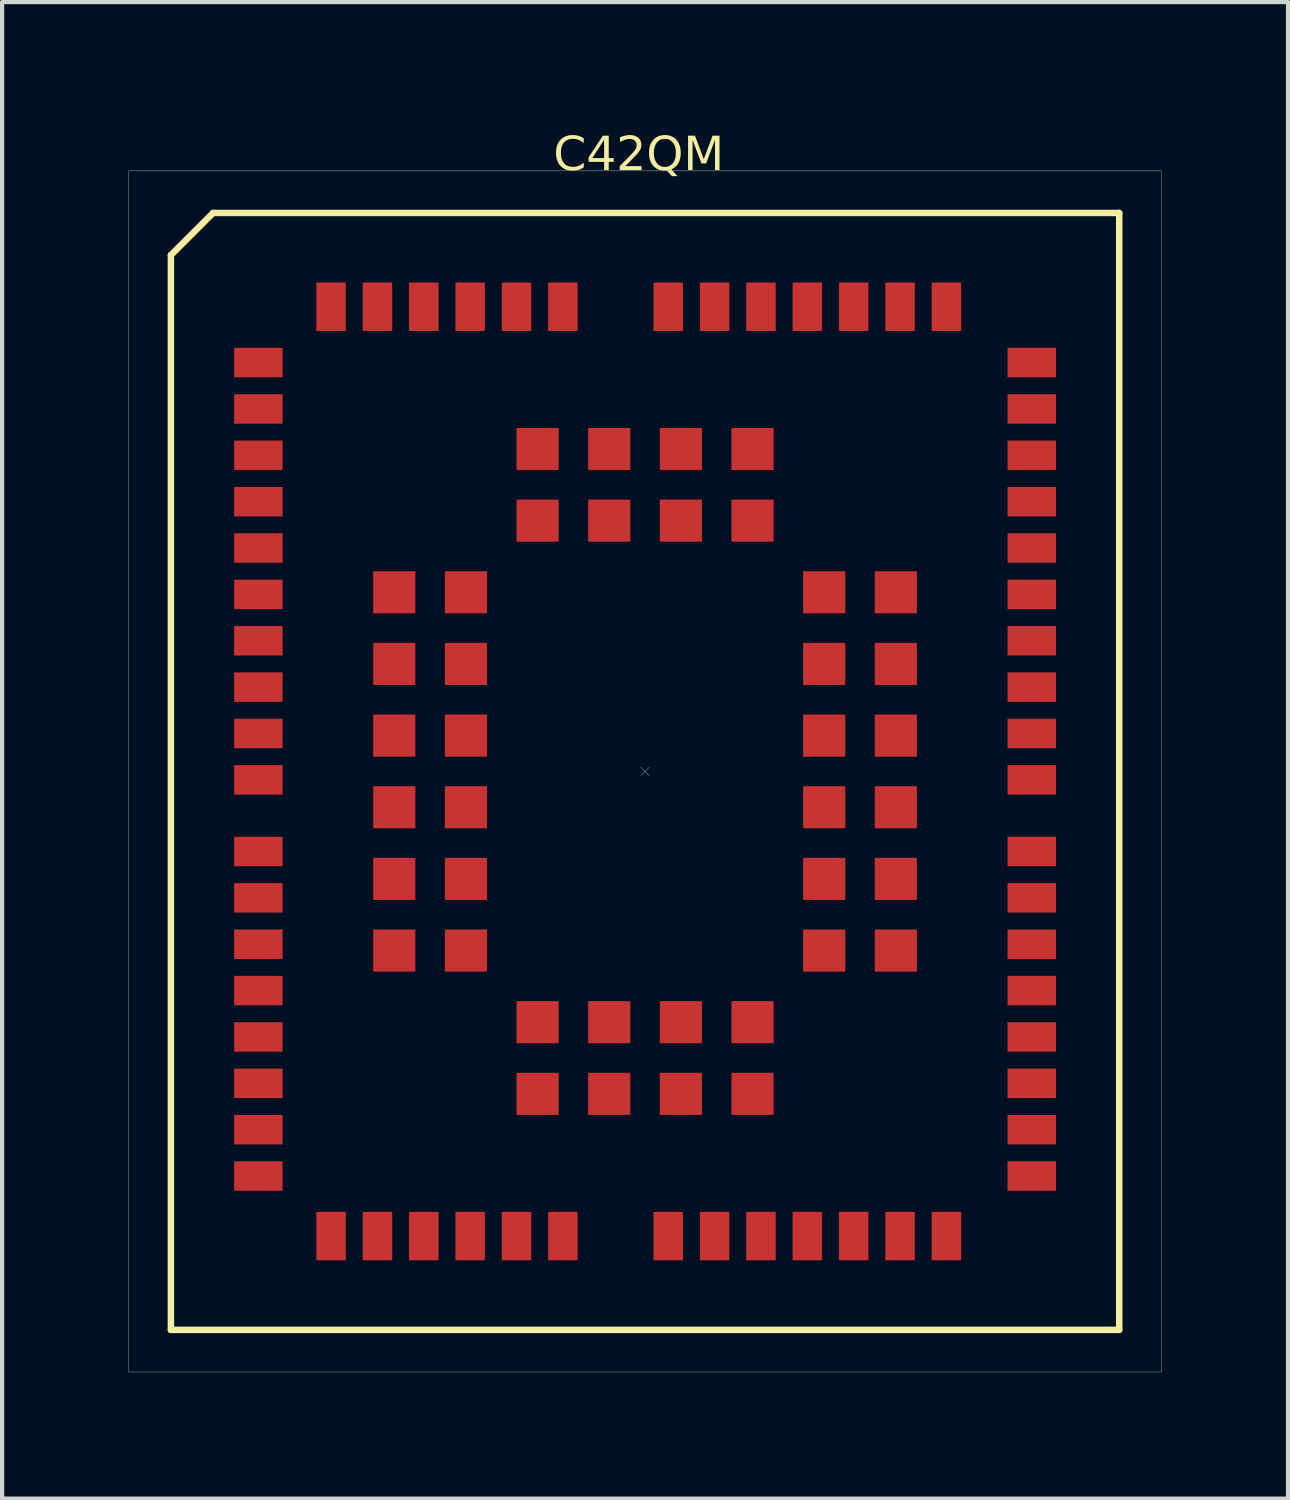
<source format=kicad_pcb>
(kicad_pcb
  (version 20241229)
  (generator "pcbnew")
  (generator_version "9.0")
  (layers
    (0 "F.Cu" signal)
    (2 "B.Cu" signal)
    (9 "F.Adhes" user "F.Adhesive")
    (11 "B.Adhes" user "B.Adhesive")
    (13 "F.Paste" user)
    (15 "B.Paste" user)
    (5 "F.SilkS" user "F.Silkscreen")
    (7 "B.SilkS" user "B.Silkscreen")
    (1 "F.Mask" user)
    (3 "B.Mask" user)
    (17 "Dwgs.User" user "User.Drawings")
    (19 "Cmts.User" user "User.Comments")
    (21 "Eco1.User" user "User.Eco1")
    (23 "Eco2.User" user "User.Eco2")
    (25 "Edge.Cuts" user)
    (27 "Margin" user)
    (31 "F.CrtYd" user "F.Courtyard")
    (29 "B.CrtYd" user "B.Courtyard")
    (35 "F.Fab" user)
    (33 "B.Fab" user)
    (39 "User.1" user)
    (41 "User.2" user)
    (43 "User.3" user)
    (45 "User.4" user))
  (footprint "C42QM"
    (layer "F.Cu")
    (at 12.255 15.253)
    (property "Reference" "C42QM" (at -0.15 -14.6 0) (layer "F.SilkS") (effects (font (face "Arial") (size 0.8 0.8) (thickness 0.15))))
    (fp_line (start -11.25 -12.25) (end -10.25 -13.25) (stroke (width 0.154) (type solid)) (layer "F.SilkS"))
    (fp_line (start -11.25 13.25) (end -11.25 -12.25) (stroke (width 0.154) (type solid)) (layer "F.SilkS"))
    (fp_line (start -11.25 13.25) (end 11.25 13.25) (stroke (width 0.154) (type solid)) (layer "F.SilkS"))
    (fp_line (start -10.25 -13.25) (end 11.25 -13.25) (stroke (width 0.154) (type solid)) (layer "F.SilkS"))
    (fp_line (start 11.25 13.25) (end 11.25 -13.25) (stroke (width 0.154) (type solid)) (layer "F.SilkS"))
    (fp_line (start -0.1 -0.1) (end 0.1 0.1) (stroke (width 0.01) (type default)) (layer "F.Fab"))
    (fp_line (start 0.1 -0.1) (end -0.1 0.1) (stroke (width 0.01) (type default)) (layer "F.Fab"))
    (fp_rect (start -12.25 -14.25) (end 12.25 14.25) (stroke (width 0.01) (type default)) (fill no) (layer "F.Fab"))
    (pad "1" smd rect (at -9.175 -9.7) (size 1.15 0.7) (layers "F.Cu" "F.Mask" "F.Paste"))
    (pad "2" smd rect (at -9.175 -8.6) (size 1.15 0.7) (layers "F.Cu" "F.Mask" "F.Paste"))
    (pad "3" smd rect (at -9.175 -7.5) (size 1.15 0.7) (layers "F.Cu" "F.Mask" "F.Paste"))
    (pad "4" smd rect (at -9.175 -6.4) (size 1.15 0.7) (layers "F.Cu" "F.Mask" "F.Paste"))
    (pad "5" smd rect (at -9.175 -5.3) (size 1.15 0.7) (layers "F.Cu" "F.Mask" "F.Paste"))
    (pad "6" smd rect (at -9.175 -4.2) (size 1.15 0.7) (layers "F.Cu" "F.Mask" "F.Paste"))
    (pad "7" smd rect (at -9.175 -3.1) (size 1.15 0.7) (layers "F.Cu" "F.Mask" "F.Paste"))
    (pad "8" smd rect (at -9.175 -2) (size 1.15 0.7) (layers "F.Cu" "F.Mask" "F.Paste"))
    (pad "9" smd rect (at -9.175 -0.9) (size 1.15 0.7) (layers "F.Cu" "F.Mask" "F.Paste"))
    (pad "10" smd rect (at -9.175 0.2) (size 1.15 0.7) (layers "F.Cu" "F.Mask" "F.Paste"))
    (pad "11" smd rect (at -9.175 1.9) (size 1.15 0.7) (layers "F.Cu" "F.Mask" "F.Paste"))
    (pad "12" smd rect (at -9.175 3) (size 1.15 0.7) (layers "F.Cu" "F.Mask" "F.Paste"))
    (pad "13" smd rect (at -9.175 4.1) (size 1.15 0.7) (layers "F.Cu" "F.Mask" "F.Paste"))
    (pad "14" smd rect (at -9.175 5.2) (size 1.15 0.7) (layers "F.Cu" "F.Mask" "F.Paste"))
    (pad "15" smd rect (at -9.175 6.3) (size 1.15 0.7) (layers "F.Cu" "F.Mask" "F.Paste"))
    (pad "16" smd rect (at -9.175 7.4) (size 1.15 0.7) (layers "F.Cu" "F.Mask" "F.Paste"))
    (pad "17" smd rect (at -9.175 8.5) (size 1.15 0.7) (layers "F.Cu" "F.Mask" "F.Paste"))
    (pad "18" smd rect (at -9.175 9.6) (size 1.15 0.7) (layers "F.Cu" "F.Mask" "F.Paste"))
    (pad "19" smd rect (at -7.45 11.025 90) (size 1.15 0.7) (layers "F.Cu" "F.Mask" "F.Paste"))
    (pad "20" smd rect (at -6.35 11.025 90) (size 1.15 0.7) (layers "F.Cu" "F.Mask" "F.Paste"))
    (pad "21" smd rect (at -5.25 11.025 90) (size 1.15 0.7) (layers "F.Cu" "F.Mask" "F.Paste"))
    (pad "22" smd rect (at -4.15 11.025 90) (size 1.15 0.7) (layers "F.Cu" "F.Mask" "F.Paste"))
    (pad "23" smd rect (at -3.05 11.025 90) (size 1.15 0.7) (layers "F.Cu" "F.Mask" "F.Paste"))
    (pad "24" smd rect (at -1.95 11.025 90) (size 1.15 0.7) (layers "F.Cu" "F.Mask" "F.Paste"))
    (pad "25" smd rect (at 0.55 11.025 90) (size 1.15 0.7) (layers "F.Cu" "F.Mask" "F.Paste"))
    (pad "26" smd rect (at 1.65 11.025 90) (size 1.15 0.7) (layers "F.Cu" "F.Mask" "F.Paste"))
    (pad "27" smd rect (at 2.75 11.025 90) (size 1.15 0.7) (layers "F.Cu" "F.Mask" "F.Paste"))
    (pad "28" smd rect (at 3.85 11.025 90) (size 1.15 0.7) (layers "F.Cu" "F.Mask" "F.Paste"))
    (pad "29" smd rect (at 4.95 11.025 90) (size 1.15 0.7) (layers "F.Cu" "F.Mask" "F.Paste"))
    (pad "30" smd rect (at 6.05 11.025 90) (size 1.15 0.7) (layers "F.Cu" "F.Mask" "F.Paste"))
    (pad "31" smd rect (at 7.15 11.025 90) (size 1.15 0.7) (layers "F.Cu" "F.Mask" "F.Paste"))
    (pad "32" smd rect (at 9.175 9.6) (size 1.15 0.7) (layers "F.Cu" "F.Mask" "F.Paste"))
    (pad "33" smd rect (at 9.175 8.5) (size 1.15 0.7) (layers "F.Cu" "F.Mask" "F.Paste"))
    (pad "34" smd rect (at 9.175 7.4) (size 1.15 0.7) (layers "F.Cu" "F.Mask" "F.Paste"))
    (pad "35" smd rect (at 9.175 6.3) (size 1.15 0.7) (layers "F.Cu" "F.Mask" "F.Paste"))
    (pad "36" smd rect (at 9.175 5.2) (size 1.15 0.7) (layers "F.Cu" "F.Mask" "F.Paste"))
    (pad "37" smd rect (at 9.175 4.1) (size 1.15 0.7) (layers "F.Cu" "F.Mask" "F.Paste"))
    (pad "38" smd rect (at 9.175 3) (size 1.15 0.7) (layers "F.Cu" "F.Mask" "F.Paste"))
    (pad "39" smd rect (at 9.175 1.9) (size 1.15 0.7) (layers "F.Cu" "F.Mask" "F.Paste"))
    (pad "40" smd rect (at 9.175 0.2) (size 1.15 0.7) (layers "F.Cu" "F.Mask" "F.Paste"))
    (pad "41" smd rect (at 9.175 -0.9) (size 1.15 0.7) (layers "F.Cu" "F.Mask" "F.Paste"))
    (pad "42" smd rect (at 9.175 -2) (size 1.15 0.7) (layers "F.Cu" "F.Mask" "F.Paste"))
    (pad "43" smd rect (at 9.175 -3.1) (size 1.15 0.7) (layers "F.Cu" "F.Mask" "F.Paste"))
    (pad "44" smd rect (at 9.175 -4.2) (size 1.15 0.7) (layers "F.Cu" "F.Mask" "F.Paste"))
    (pad "45" smd rect (at 9.175 -5.3) (size 1.15 0.7) (layers "F.Cu" "F.Mask" "F.Paste"))
    (pad "46" smd rect (at 9.175 -6.4) (size 1.15 0.7) (layers "F.Cu" "F.Mask" "F.Paste"))
    (pad "47" smd rect (at 9.175 -7.5) (size 1.15 0.7) (layers "F.Cu" "F.Mask" "F.Paste"))
    (pad "48" smd rect (at 9.175 -8.6) (size 1.15 0.7) (layers "F.Cu" "F.Mask" "F.Paste"))
    (pad "49" smd rect (at 9.175 -9.7) (size 1.15 0.7) (layers "F.Cu" "F.Mask" "F.Paste"))
    (pad "50" smd rect (at 7.15 -11.025 90) (size 1.15 0.7) (layers "F.Cu" "F.Mask" "F.Paste"))
    (pad "51" smd rect (at 6.05 -11.025 90) (size 1.15 0.7) (layers "F.Cu" "F.Mask" "F.Paste"))
    (pad "52" smd rect (at 4.95 -11.025 90) (size 1.15 0.7) (layers "F.Cu" "F.Mask" "F.Paste"))
    (pad "53" smd rect (at 3.85 -11.025 90) (size 1.15 0.7) (layers "F.Cu" "F.Mask" "F.Paste"))
    (pad "54" smd rect (at 2.75 -11.025 90) (size 1.15 0.7) (layers "F.Cu" "F.Mask" "F.Paste"))
    (pad "55" smd rect (at 1.65 -11.025 90) (size 1.15 0.7) (layers "F.Cu" "F.Mask" "F.Paste"))
    (pad "56" smd rect (at 0.55 -11.025 90) (size 1.15 0.7) (layers "F.Cu" "F.Mask" "F.Paste"))
    (pad "57" smd rect (at -1.95 -11.025 90) (size 1.15 0.7) (layers "F.Cu" "F.Mask" "F.Paste"))
    (pad "58" smd rect (at -3.05 -11.025 90) (size 1.15 0.7) (layers "F.Cu" "F.Mask" "F.Paste"))
    (pad "59" smd rect (at -4.15 -11.025 90) (size 1.15 0.7) (layers "F.Cu" "F.Mask" "F.Paste"))
    (pad "60" smd rect (at -5.25 -11.025 90) (size 1.15 0.7) (layers "F.Cu" "F.Mask" "F.Paste"))
    (pad "61" smd rect (at -6.35 -11.025 90) (size 1.15 0.7) (layers "F.Cu" "F.Mask" "F.Paste"))
    (pad "62" smd rect (at -7.45 -11.025 90) (size 1.15 0.7) (layers "F.Cu" "F.Mask" "F.Paste"))
    (pad "63" smd rect (at -5.95 -4.25) (size 1 1) (layers "F.Cu" "F.Mask" "F.Paste"))
    (pad "64" smd rect (at -5.95 -2.55) (size 1 1) (layers "F.Cu" "F.Mask" "F.Paste"))
    (pad "65" smd rect (at -5.95 -0.85) (size 1 1) (layers "F.Cu" "F.Mask" "F.Paste"))
    (pad "66" smd rect (at -5.95 0.85) (size 1 1) (layers "F.Cu" "F.Mask" "F.Paste"))
    (pad "67" smd rect (at -5.95 2.55) (size 1 1) (layers "F.Cu" "F.Mask" "F.Paste"))
    (pad "68" smd rect (at -5.95 4.25) (size 1 1) (layers "F.Cu" "F.Mask" "F.Paste"))
    (pad "69" smd rect (at -2.55 7.65) (size 1 1) (layers "F.Cu" "F.Mask" "F.Paste"))
    (pad "70" smd rect (at -0.85 7.65) (size 1 1) (layers "F.Cu" "F.Mask" "F.Paste"))
    (pad "71" smd rect (at 0.85 7.65) (size 1 1) (layers "F.Cu" "F.Mask" "F.Paste"))
    (pad "72" smd rect (at 2.55 7.65) (size 1 1) (layers "F.Cu" "F.Mask" "F.Paste"))
    (pad "73" smd rect (at 5.95 4.25) (size 1 1) (layers "F.Cu" "F.Mask" "F.Paste"))
    (pad "74" smd rect (at 5.95 2.55) (size 1 1) (layers "F.Cu" "F.Mask" "F.Paste"))
    (pad "75" smd rect (at 5.95 0.85) (size 1 1) (layers "F.Cu" "F.Mask" "F.Paste"))
    (pad "76" smd rect (at 5.95 -0.85) (size 1 1) (layers "F.Cu" "F.Mask" "F.Paste"))
    (pad "77" smd rect (at 5.95 -2.55) (size 1 1) (layers "F.Cu" "F.Mask" "F.Paste"))
    (pad "78" smd rect (at 5.95 -4.25) (size 1 1) (layers "F.Cu" "F.Mask" "F.Paste"))
    (pad "79" smd rect (at 2.55 -7.65) (size 1 1) (layers "F.Cu" "F.Mask" "F.Paste"))
    (pad "80" smd rect (at 0.85 -7.65) (size 1 1) (layers "F.Cu" "F.Mask" "F.Paste"))
    (pad "81" smd rect (at -0.85 -7.65) (size 1 1) (layers "F.Cu" "F.Mask" "F.Paste"))
    (pad "82" smd rect (at -2.55 -7.65) (size 1 1) (layers "F.Cu" "F.Mask" "F.Paste"))
    (pad "83" smd rect (at -4.25 -4.25) (size 1 1) (layers "F.Cu" "F.Mask" "F.Paste"))
    (pad "84" smd rect (at -4.25 -2.55) (size 1 1) (layers "F.Cu" "F.Mask" "F.Paste"))
    (pad "85" smd rect (at -4.25 -0.85) (size 1 1) (layers "F.Cu" "F.Mask" "F.Paste"))
    (pad "86" smd rect (at -4.25 0.85) (size 1 1) (layers "F.Cu" "F.Mask" "F.Paste"))
    (pad "87" smd rect (at -4.25 2.55) (size 1 1) (layers "F.Cu" "F.Mask" "F.Paste"))
    (pad "88" smd rect (at -4.25 4.25) (size 1 1) (layers "F.Cu" "F.Mask" "F.Paste"))
    (pad "89" smd rect (at -2.55 5.95) (size 1 1) (layers "F.Cu" "F.Mask" "F.Paste"))
    (pad "90" smd rect (at -0.85 5.95) (size 1 1) (layers "F.Cu" "F.Mask" "F.Paste"))
    (pad "91" smd rect (at 0.85 5.95) (size 1 1) (layers "F.Cu" "F.Mask" "F.Paste"))
    (pad "92" smd rect (at 2.55 5.95) (size 1 1) (layers "F.Cu" "F.Mask" "F.Paste"))
    (pad "93" smd rect (at 4.25 4.25) (size 1 1) (layers "F.Cu" "F.Mask" "F.Paste"))
    (pad "94" smd rect (at 4.25 2.55) (size 1 1) (layers "F.Cu" "F.Mask" "F.Paste"))
    (pad "95" smd rect (at 4.25 0.85) (size 1 1) (layers "F.Cu" "F.Mask" "F.Paste"))
    (pad "96" smd rect (at 4.25 -0.85) (size 1 1) (layers "F.Cu" "F.Mask" "F.Paste"))
    (pad "97" smd rect (at 4.25 -2.55) (size 1 1) (layers "F.Cu" "F.Mask" "F.Paste"))
    (pad "98" smd rect (at 4.25 -4.25) (size 1 1) (layers "F.Cu" "F.Mask" "F.Paste"))
    (pad "99" smd rect (at 2.55 -5.95) (size 1 1) (layers "F.Cu" "F.Mask" "F.Paste"))
    (pad "100" smd rect (at 0.85 -5.95) (size 1 1) (layers "F.Cu" "F.Mask" "F.Paste"))
    (pad "101" smd rect (at -0.85 -5.95) (size 1 1) (layers "F.Cu" "F.Mask" "F.Paste"))
    (pad "102" smd rect (at -2.55 -5.95) (size 1 1) (layers "F.Cu" "F.Mask" "F.Paste")))
  (gr_rect
    (start -3 -3)
    (end 27.51 32.508)
    (stroke (width 0.1) (type default))
    (fill no)
    (layer "Edge.Cuts")))
</source>
